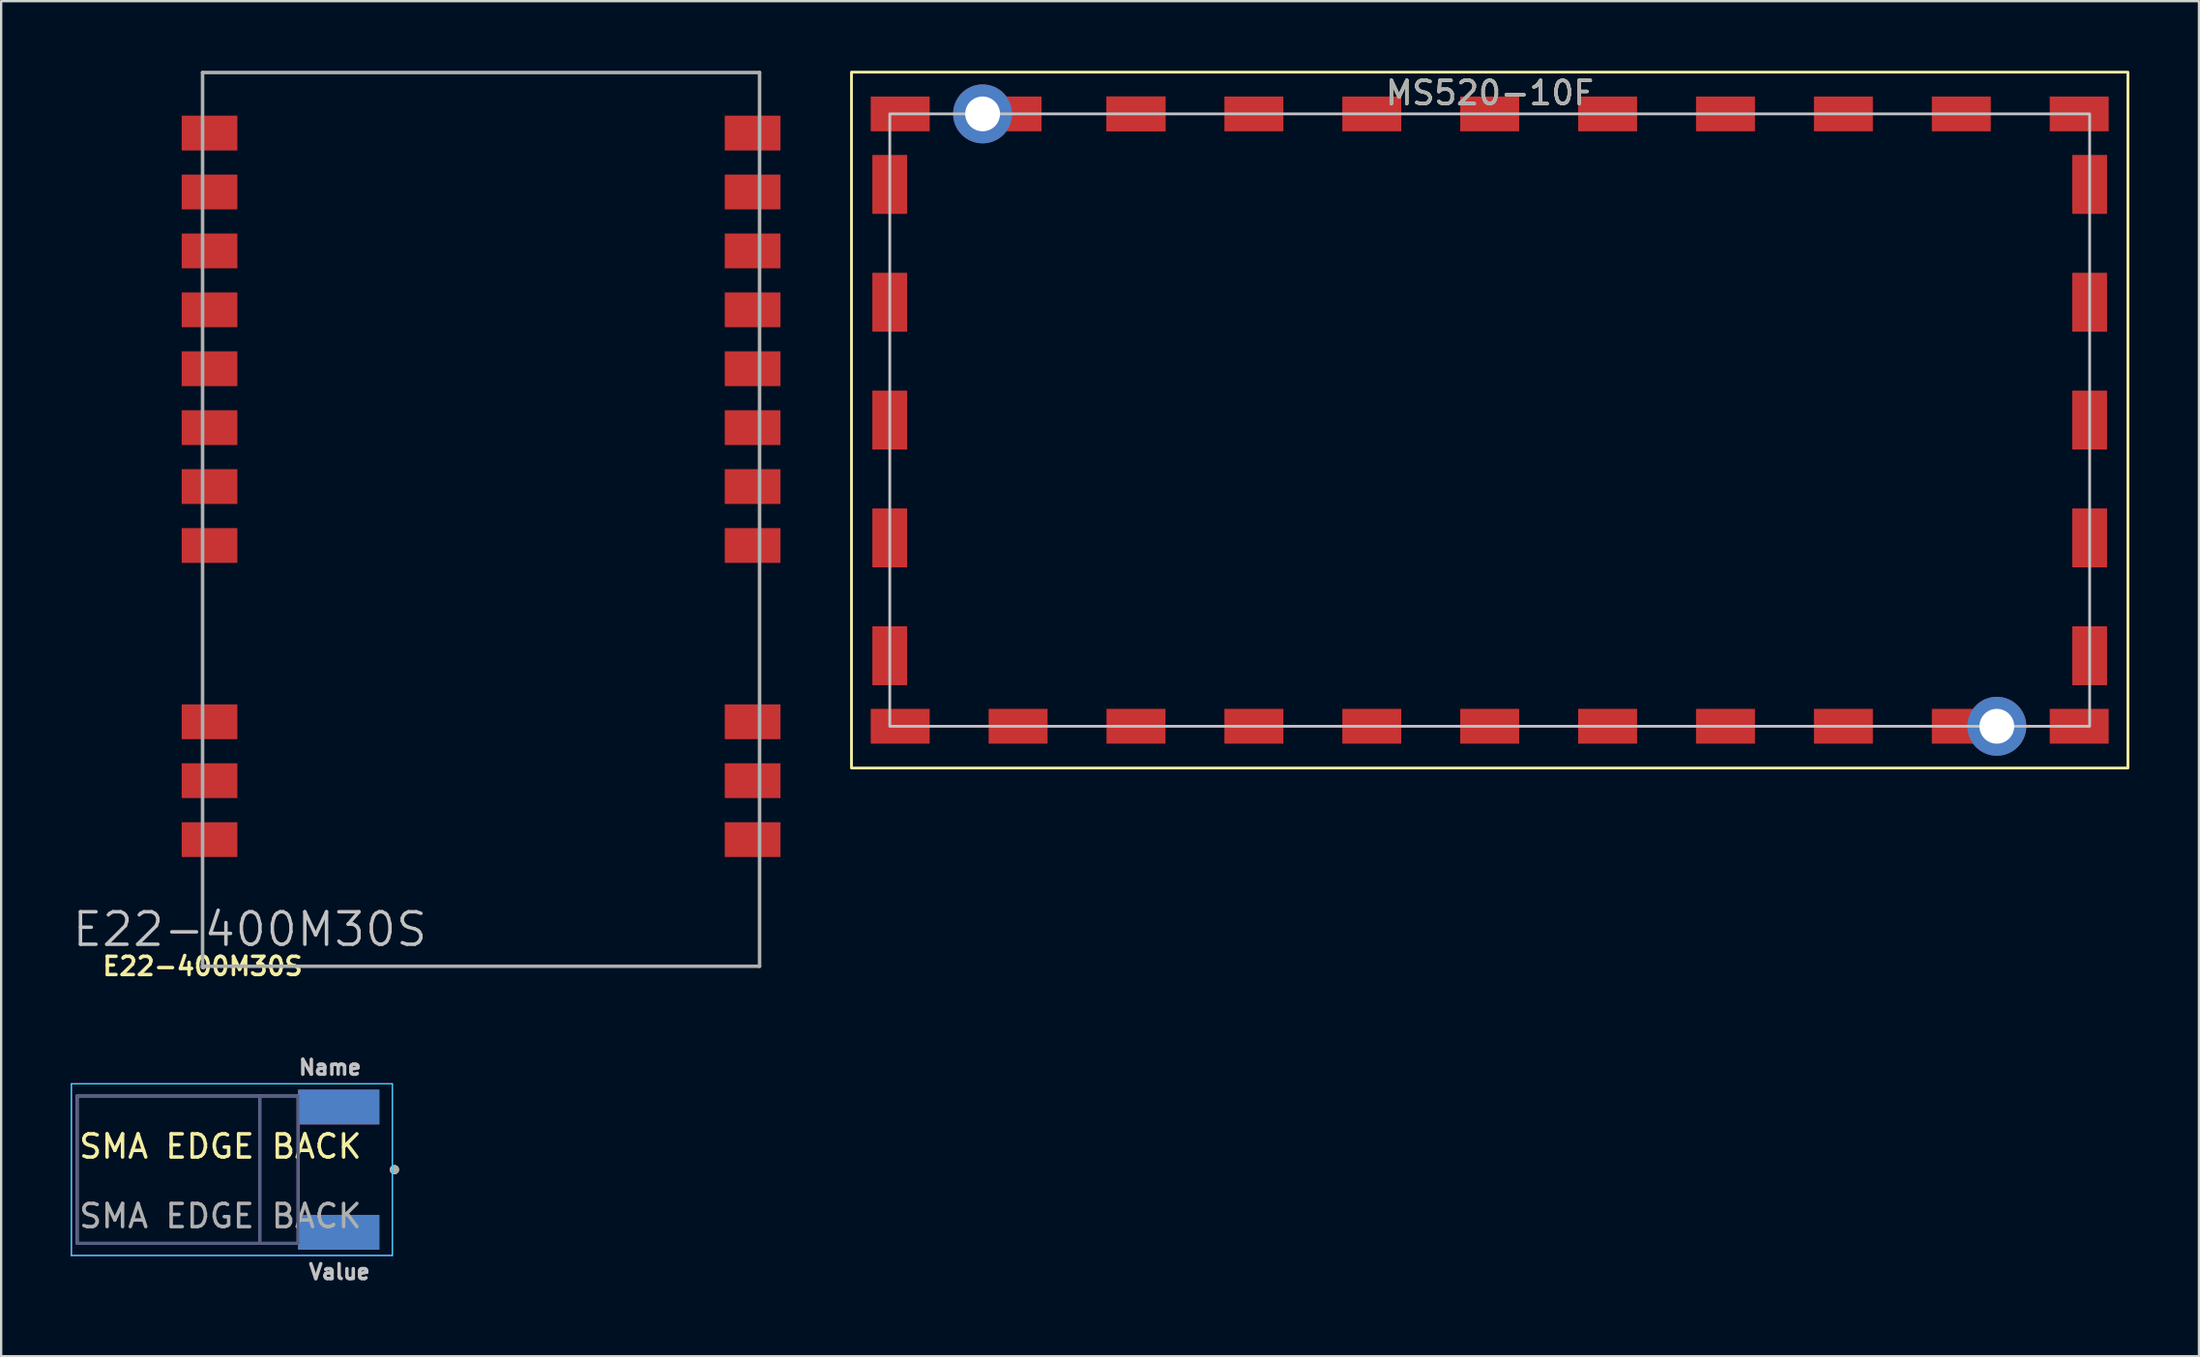
<source format=kicad_pcb>
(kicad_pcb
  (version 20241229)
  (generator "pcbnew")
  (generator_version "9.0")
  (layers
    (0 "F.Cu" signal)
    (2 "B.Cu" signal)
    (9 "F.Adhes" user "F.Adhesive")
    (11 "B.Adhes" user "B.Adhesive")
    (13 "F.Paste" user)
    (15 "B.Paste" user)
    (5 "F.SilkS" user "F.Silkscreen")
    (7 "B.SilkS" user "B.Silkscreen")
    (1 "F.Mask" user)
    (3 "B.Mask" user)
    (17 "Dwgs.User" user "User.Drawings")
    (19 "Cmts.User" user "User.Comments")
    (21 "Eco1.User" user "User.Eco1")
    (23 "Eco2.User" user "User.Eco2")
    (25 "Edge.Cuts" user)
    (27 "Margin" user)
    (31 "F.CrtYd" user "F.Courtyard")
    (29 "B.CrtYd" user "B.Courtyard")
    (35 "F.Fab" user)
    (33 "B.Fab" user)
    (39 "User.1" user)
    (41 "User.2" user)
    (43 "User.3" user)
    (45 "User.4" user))
  (footprint "SMA EDGE BACK"
    (layer "F.Cu")
    (at 6.445 46.874)
    (property "Reference" "SMA EDGE BACK" (at 0 -0.5 0) (unlocked yes) (layer "F.SilkS") (effects (font (size 1 1) (thickness 0.15))))
    (attr smd)
    (fp_circle (center 7.5 0.5) (end 7.6 0.5) (stroke (width 0.2) (type solid)) (fill no) (layer "F.SilkS"))
    (fp_line (start -6.42 -3.2) (end -6.42 4.2) (stroke (width 0.05) (type solid)) (layer "B.CrtYd"))
    (fp_line (start -6.42 4.2) (end 7.41 4.2) (stroke (width 0.05) (type solid)) (layer "B.CrtYd"))
    (fp_line (start 7.41 -3.2) (end -6.42 -3.2) (stroke (width 0.05) (type solid)) (layer "B.CrtYd"))
    (fp_line (start 7.41 4.2) (end 7.41 -3.2) (stroke (width 0.05) (type solid)) (layer "B.CrtYd"))
    (fp_line (start -6.42 -3.2) (end 7.41 -3.2) (stroke (width 0.05) (type solid)) (layer "F.CrtYd"))
    (fp_line (start -6.42 4.2) (end -6.42 -3.2) (stroke (width 0.05) (type solid)) (layer "F.CrtYd"))
    (fp_line (start 7.41 -3.2) (end 7.41 4.2) (stroke (width 0.05) (type solid)) (layer "F.CrtYd"))
    (fp_line (start 7.41 4.2) (end -6.42 4.2) (stroke (width 0.05) (type solid)) (layer "F.CrtYd"))
    (fp_line (start -6.17 -2.675) (end 1.7 -2.675) (stroke (width 0.127) (type solid)) (layer "B.Fab"))
    (fp_line (start -6.17 3.675) (end -6.17 -2.675) (stroke (width 0.127) (type solid)) (layer "B.Fab"))
    (fp_line (start 1.7 -2.675) (end 1.7 3.675) (stroke (width 0.127) (type solid)) (layer "B.Fab"))
    (fp_line (start 1.7 3.675) (end -6.17 3.675) (stroke (width 0.127) (type solid)) (layer "B.Fab"))
    (fp_line (start 1.7 3.675) (end 3.35 3.675) (stroke (width 0.127) (type solid)) (layer "B.Fab"))
    (fp_line (start 3.35 -2.675) (end 1.7 -2.675) (stroke (width 0.127) (type solid)) (layer "B.Fab"))
    (fp_line (start 3.35 3.675) (end 3.35 -2.675) (stroke (width 0.127) (type solid)) (layer "B.Fab"))
    (fp_line (start -6.17 -2.675) (end -6.17 3.675) (stroke (width 0.127) (type solid)) (layer "F.Fab"))
    (fp_line (start -6.17 3.675) (end 1.7 3.675) (stroke (width 0.127) (type solid)) (layer "F.Fab"))
    (fp_line (start 1.7 -2.675) (end -6.17 -2.675) (stroke (width 0.127) (type solid)) (layer "F.Fab"))
    (fp_line (start 1.7 -2.675) (end 3.35 -2.675) (stroke (width 0.127) (type solid)) (layer "F.Fab"))
    (fp_line (start 1.7 3.675) (end 1.7 -2.675) (stroke (width 0.127) (type solid)) (layer "F.Fab"))
    (fp_line (start 3.35 -2.675) (end 3.35 3.675) (stroke (width 0.127) (type solid)) (layer "F.Fab"))
    (fp_line (start 3.35 3.675) (end 1.7 3.675) (stroke (width 0.127) (type solid)) (layer "F.Fab"))
    (fp_circle (center 7.5 0.5) (end 7.6 0.5) (stroke (width 0.2) (type solid)) (fill no) (layer "F.Fab"))
    (fp_text user "Value" (at 5.132 4.906 0) (layer "Dwgs.User") (effects (font (size 0.64 0.64) (thickness 0.15))))
    (fp_text user "Name" (at 4.726 -3.906 0) (layer "Dwgs.User") (effects (font (size 0.64 0.64) (thickness 0.15))))
    (fp_text user "${REFERENCE}" (at 0 2.5 0) (unlocked yes) (layer "F.Fab") (effects (font (size 1 1) (thickness 0.15))))
    (pad "G1" smd rect (at 5.1 -2.2) (size 3.5 1.5) (layers "F.Cu" "F.Mask" "F.Paste"))
    (pad "G2" smd rect (at 5.1 3.2) (size 3.5 1.5) (layers "F.Cu" "F.Mask" "F.Paste"))
    (pad "G3" smd rect (at 5.1 -2.2) (size 3.5 1.5) (layers "B.Cu" "B.Mask" "B.Paste"))
    (pad "G4" smd rect (at 5.1 3.2) (size 3.5 1.5) (layers "B.Cu" "B.Mask" "B.Paste")))
  (footprint "E22-400M30S"
    (layer "F.Cu")
    (at 5.678 38.606)
    (property "Reference" "E22-400M30S" (at 0 0 0) (layer "F.SilkS") (effects (font (size 0.787 0.787) (thickness 0.15))))
    (attr smd)
    (fp_line (start 0 -38.53) (end 0 0) (stroke (width 0.152) (type solid)) (layer "F.Fab"))
    (fp_line (start 0 0) (end 0 0.05) (stroke (width 0.152) (type solid)) (layer "F.Fab"))
    (fp_line (start 0 0) (end 24 0) (stroke (width 0.152) (type solid)) (layer "F.Fab"))
    (fp_line (start 0 0.05) (end 0.05 0.05) (stroke (width 0.152) (type solid)) (layer "F.Fab"))
    (fp_line (start 0.05 -0.01) (end 0.03 -0.01) (stroke (width 0.152) (type solid)) (layer "F.Fab"))
    (fp_line (start 0.05 0.05) (end 0.05 -0.01) (stroke (width 0.152) (type solid)) (layer "F.Fab"))
    (fp_line (start 24 -38.53) (end 0 -38.53) (stroke (width 0.152) (type solid)) (layer "F.Fab"))
    (fp_line (start 24 0) (end 24 -38.53) (stroke (width 0.152) (type solid)) (layer "F.Fab"))
    (fp_text user "E22-400M30S" (at 2.04 -1.59 0) (layer "Dwgs.User") (effects (font (size 1.4 1.4) (thickness 0.15))))
    (pad "1-GND" smd rect (at 23.7 -5.46) (size 2.4 1.5) (layers "F.Cu" "F.Mask" "F.Paste"))
    (pad "2-GND" smd rect (at 23.7 -8) (size 2.4 1.5) (layers "F.Cu" "F.Mask" "F.Paste"))
    (pad "3-GND" smd rect (at 23.7 -10.54) (size 2.4 1.5) (layers "F.Cu" "F.Mask" "F.Paste"))
    (pad "4-GND" smd rect (at 23.7 -18.14) (size 2.4 1.5) (layers "F.Cu" "F.Mask" "F.Paste"))
    (pad "5-GND" smd rect (at 23.7 -20.68) (size 2.4 1.5) (layers "F.Cu" "F.Mask" "F.Paste"))
    (pad "6-RXEN" smd rect (at 23.7 -23.22) (size 2.4 1.5) (layers "F.Cu" "F.Mask" "F.Paste"))
    (pad "7-TXEN" smd rect (at 23.7 -25.76) (size 2.4 1.5) (layers "F.Cu" "F.Mask" "F.Paste"))
    (pad "8-DIO2" smd rect (at 23.7 -28.3) (size 2.4 1.5) (layers "F.Cu" "F.Mask" "F.Paste"))
    (pad "9-VCC" smd rect (at 23.7 -30.84) (size 2.4 1.5) (layers "F.Cu" "F.Mask" "F.Paste"))
    (pad "10-VCC" smd rect (at 23.7 -33.38) (size 2.4 1.5) (layers "F.Cu" "F.Mask" "F.Paste"))
    (pad "11-GND" smd rect (at 23.7 -35.92) (size 2.4 1.5) (layers "F.Cu" "F.Mask" "F.Paste"))
    (pad "12-GND" smd rect (at 0.3 -35.92) (size 2.4 1.5) (layers "F.Cu" "F.Mask" "F.Paste"))
    (pad "13-DIO1" smd rect (at 0.3 -33.38) (size 2.4 1.5) (layers "F.Cu" "F.Mask" "F.Paste"))
    (pad "14-BUSY" smd rect (at 0.3 -30.84) (size 2.4 1.5) (layers "F.Cu" "F.Mask" "F.Paste"))
    (pad "15-NRESET" smd rect (at 0.3 -28.3) (size 2.4 1.5) (layers "F.Cu" "F.Mask" "F.Paste"))
    (pad "16-MISO" smd rect (at 0.3 -25.76) (size 2.4 1.5) (layers "F.Cu" "F.Mask" "F.Paste"))
    (pad "17-MOSI" smd rect (at 0.3 -23.22) (size 2.4 1.5) (layers "F.Cu" "F.Mask" "F.Paste"))
    (pad "18-SCK" smd rect (at 0.3 -20.68) (size 2.4 1.5) (layers "F.Cu" "F.Mask" "F.Paste"))
    (pad "19-NSS" smd rect (at 0.3 -18.14) (size 2.4 1.5) (layers "F.Cu" "F.Mask" "F.Paste"))
    (pad "20-GND" smd rect (at 0.3 -10.54) (size 2.4 1.5) (layers "F.Cu" "F.Mask" "F.Paste"))
    (pad "21-ANT" smd rect (at 0.3 -8) (size 2.4 1.5) (layers "F.Cu" "F.Mask" "F.Paste"))
    (pad "22-GND" smd rect (at 0.3 -5.46) (size 2.4 1.5) (layers "F.Cu" "F.Mask" "F.Paste")))
  (footprint "MS520-10F"
    (layer "F.Cu")
    (at 61.138 15.06)
    (property "Reference" "MS520-10F" (at 0 -14.1 0) (unlocked yes) (layer "F.SilkS") (effects (font (size 1 1) (thickness 0.15))))
    (attr through_hole)
    (fp_rect (start -27.5 -15) (end 27.5 15) (stroke (width 0.12) (type solid)) (fill no) (layer "F.SilkS"))
    (fp_rect (start -25.85 -13.2) (end 25.85 13.2) (stroke (width 0.12) (type solid)) (fill no) (layer "Dwgs.User"))
    (fp_text user "${REFERENCE}" (at 0 -14.1 0) (unlocked yes) (layer "F.Fab") (effects (font (size 1 1) (thickness 0.15))))
    (pad "1" smd rect (at -25.85 -10.16) (size 1.5 2.54) (layers "F.Cu" "F.Mask" "F.Paste"))
    (pad "1" smd rect (at -25.85 -5.08) (size 1.5 2.54) (layers "F.Cu" "F.Mask" "F.Paste"))
    (pad "1" smd rect (at -25.85 0) (size 1.5 2.54) (layers "F.Cu" "F.Mask" "F.Paste"))
    (pad "1" smd rect (at -25.85 5.08) (size 1.5 2.54) (layers "F.Cu" "F.Mask" "F.Paste"))
    (pad "1" smd rect (at -25.85 10.16) (size 1.5 2.54) (layers "F.Cu" "F.Mask" "F.Paste"))
    (pad "1" smd rect (at -25.4 -13.2 90) (size 1.5 2.54) (layers "F.Cu" "F.Mask" "F.Paste"))
    (pad "1" smd rect (at -25.4 13.2 270) (size 1.5 2.54) (layers "F.Cu" "F.Mask" "F.Paste"))
    (pad "1" thru_hole circle (at -21.85 -13.2) (size 2.54 2.54) (drill 1.5) (layers "*.Cu" "*.Mask"))
    (pad "1" smd rect (at -20.58 -13.2 90) (size 1.5 2.54) (layers "F.Cu" "F.Mask" "F.Paste"))
    (pad "1" smd rect (at -20.32 13.2 270) (size 1.5 2.54) (layers "F.Cu" "F.Mask" "F.Paste"))
    (pad "1" smd rect (at -15.24 -13.2 90) (size 1.5 2.54) (layers "F.Cu" "F.Mask" "F.Paste"))
    (pad "1" smd rect (at -15.24 -13.2 90) (size 1.5 2.54) (layers "F.Cu" "F.Mask" "F.Paste"))
    (pad "1" smd rect (at -15.24 13.2 270) (size 1.5 2.54) (layers "F.Cu" "F.Mask" "F.Paste"))
    (pad "1" smd rect (at -10.16 -13.2 90) (size 1.5 2.54) (layers "F.Cu" "F.Mask" "F.Paste"))
    (pad "1" smd rect (at -10.16 13.2 270) (size 1.5 2.54) (layers "F.Cu" "F.Mask" "F.Paste"))
    (pad "1" smd rect (at -5.08 -13.2 90) (size 1.5 2.54) (layers "F.Cu" "F.Mask" "F.Paste"))
    (pad "1" smd rect (at -5.08 13.2 270) (size 1.5 2.54) (layers "F.Cu" "F.Mask" "F.Paste"))
    (pad "1" smd rect (at 0 -13.2 90) (size 1.5 2.54) (layers "F.Cu" "F.Mask" "F.Paste"))
    (pad "1" smd rect (at 0 13.2 270) (size 1.5 2.54) (layers "F.Cu" "F.Mask" "F.Paste"))
    (pad "1" smd rect (at 5.08 -13.2 90) (size 1.5 2.54) (layers "F.Cu" "F.Mask" "F.Paste"))
    (pad "1" smd rect (at 5.08 13.2 270) (size 1.5 2.54) (layers "F.Cu" "F.Mask" "F.Paste"))
    (pad "1" smd rect (at 10.16 -13.2 90) (size 1.5 2.54) (layers "F.Cu" "F.Mask" "F.Paste"))
    (pad "1" smd rect (at 10.16 13.2 270) (size 1.5 2.54) (layers "F.Cu" "F.Mask" "F.Paste"))
    (pad "1" smd rect (at 15.24 -13.2 90) (size 1.5 2.54) (layers "F.Cu" "F.Mask" "F.Paste"))
    (pad "1" smd rect (at 15.24 13.2 270) (size 1.5 2.54) (layers "F.Cu" "F.Mask" "F.Paste"))
    (pad "1" smd rect (at 20.32 -13.2 90) (size 1.5 2.54) (layers "F.Cu" "F.Mask" "F.Paste"))
    (pad "1" smd rect (at 20.32 13.2 270) (size 1.5 2.54) (layers "F.Cu" "F.Mask" "F.Paste"))
    (pad "1" thru_hole circle (at 21.85 13.2) (size 2.54 2.54) (drill 1.5) (layers "*.Cu" "*.Mask"))
    (pad "1" smd rect (at 25.4 -13.2 90) (size 1.5 2.54) (layers "F.Cu" "F.Mask" "F.Paste"))
    (pad "1" smd rect (at 25.4 13.2 270) (size 1.5 2.54) (layers "F.Cu" "F.Mask" "F.Paste"))
    (pad "1" smd rect (at 25.85 -10.16) (size 1.5 2.54) (layers "F.Cu" "F.Mask" "F.Paste"))
    (pad "1" smd rect (at 25.85 -5.08) (size 1.5 2.54) (layers "F.Cu" "F.Mask" "F.Paste"))
    (pad "1" smd rect (at 25.85 0) (size 1.5 2.54) (layers "F.Cu" "F.Mask" "F.Paste"))
    (pad "1" smd rect (at 25.85 5.08) (size 1.5 2.54) (layers "F.Cu" "F.Mask" "F.Paste"))
    (pad "1" smd rect (at 25.85 10.16) (size 1.5 2.54) (layers "F.Cu" "F.Mask" "F.Paste")))
  (gr_rect
    (start -3 -3)
    (end 91.698 55.418)
    (stroke (width 0.1) (type default))
    (fill no)
    (layer "Edge.Cuts")))
</source>
